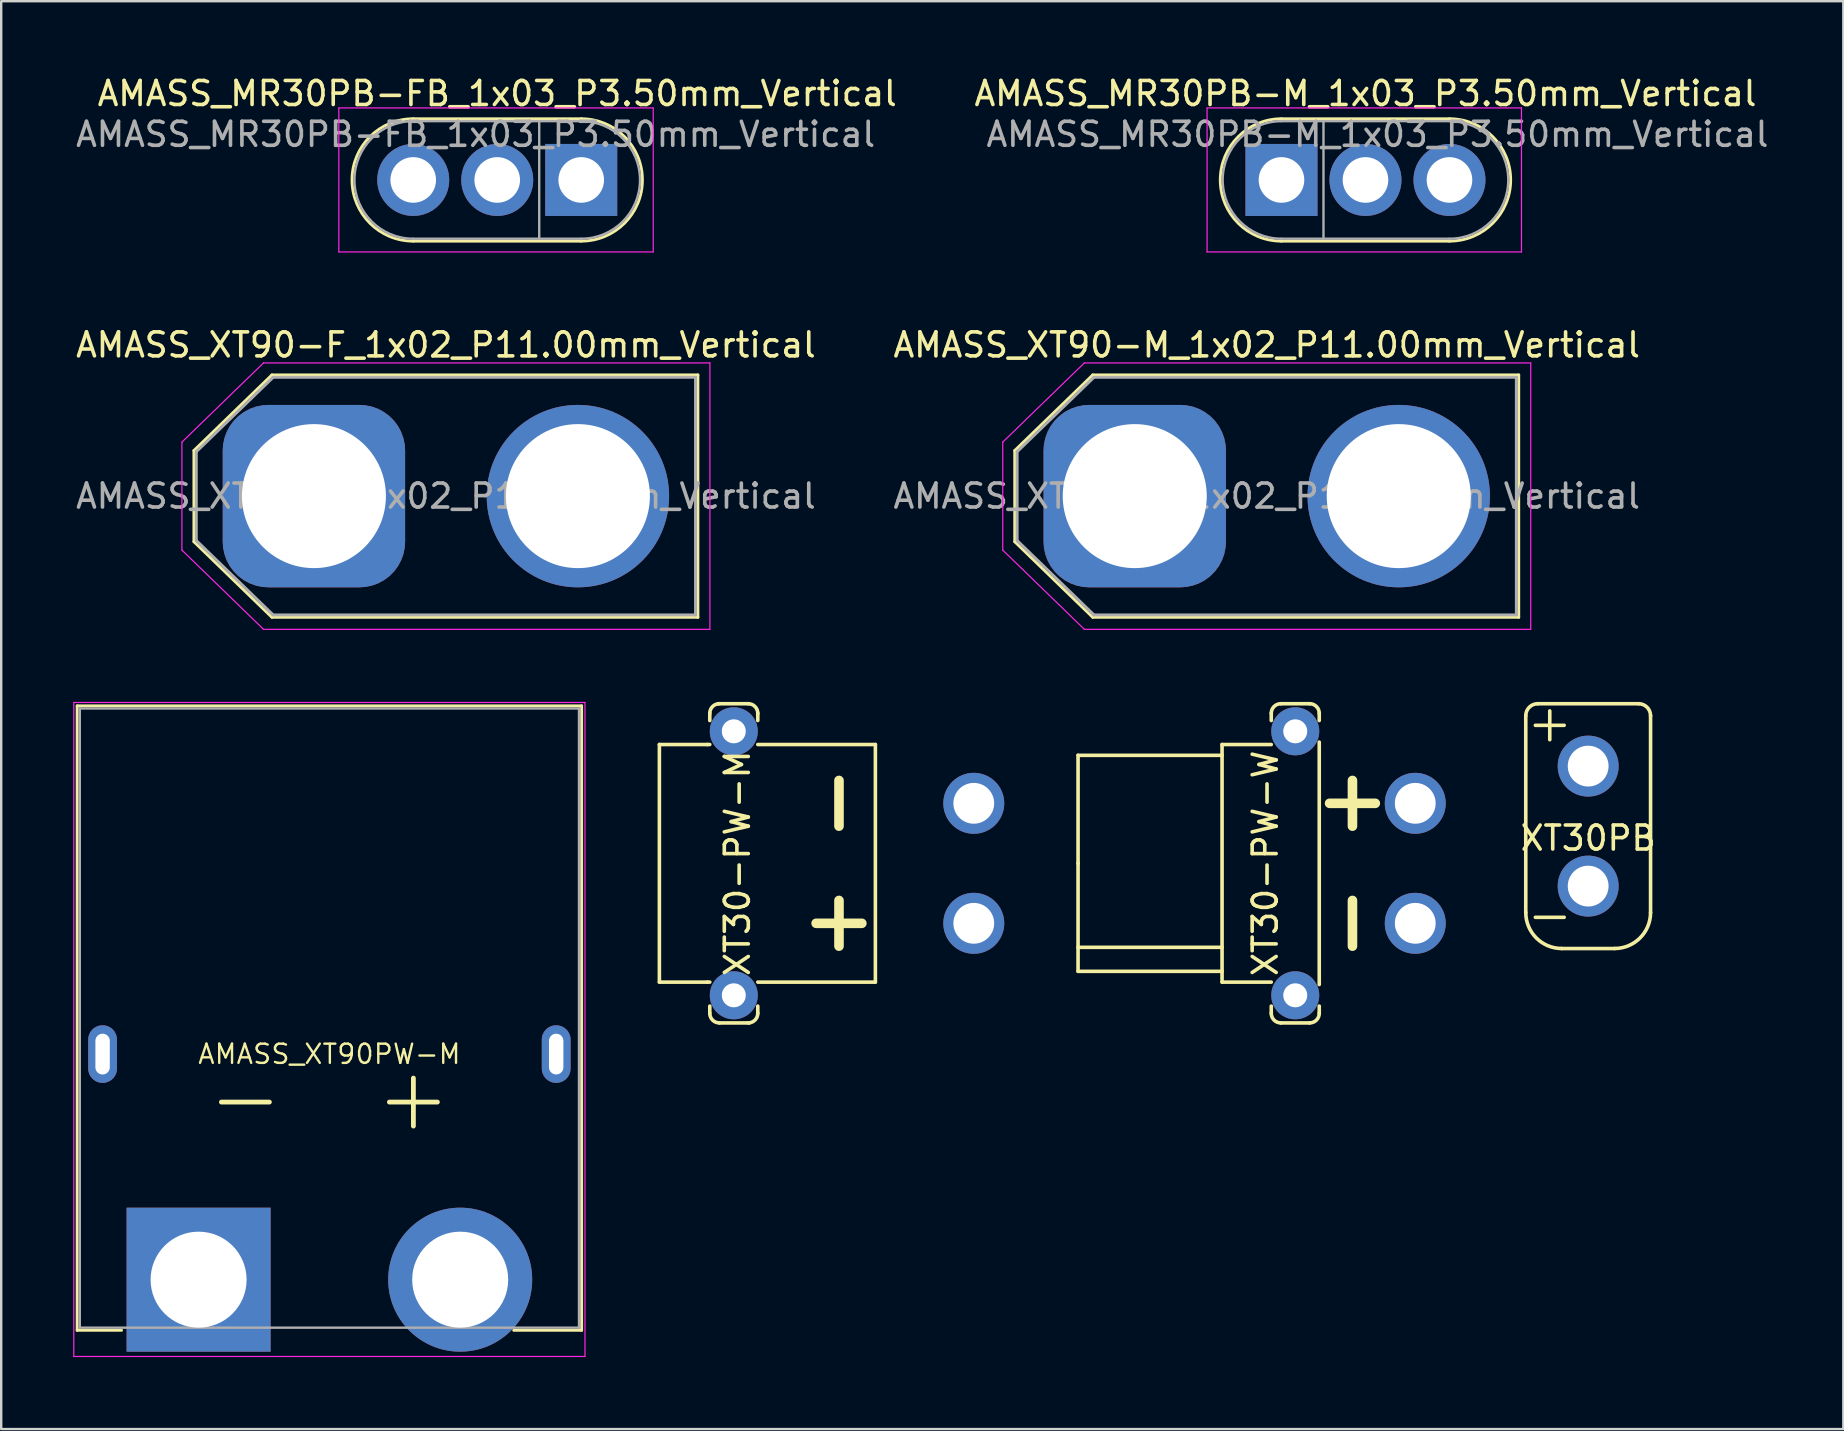
<source format=kicad_pcb>
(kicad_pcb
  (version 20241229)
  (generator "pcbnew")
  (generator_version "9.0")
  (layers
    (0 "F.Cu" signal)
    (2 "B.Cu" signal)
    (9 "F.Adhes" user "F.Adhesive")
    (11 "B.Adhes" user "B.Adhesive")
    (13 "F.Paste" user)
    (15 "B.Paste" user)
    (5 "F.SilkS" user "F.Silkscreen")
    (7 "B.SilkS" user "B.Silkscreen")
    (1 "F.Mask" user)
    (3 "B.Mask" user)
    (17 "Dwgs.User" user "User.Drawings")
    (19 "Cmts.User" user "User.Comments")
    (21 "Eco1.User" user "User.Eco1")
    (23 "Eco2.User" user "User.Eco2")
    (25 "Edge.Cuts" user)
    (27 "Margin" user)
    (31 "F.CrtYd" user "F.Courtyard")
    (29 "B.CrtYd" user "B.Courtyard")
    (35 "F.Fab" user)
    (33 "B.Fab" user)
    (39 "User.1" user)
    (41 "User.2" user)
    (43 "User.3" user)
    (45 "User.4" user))
  (footprint "AMASS_XT90-F_1x02_P11.00mm_Vertical"
    (layer "F.Cu")
    (at 10.03 17.622)
    (property "Reference" "AMASS_XT90-F_1x02_P11.00mm_Vertical" (at 5.5 -6.3 180) (layer "F.SilkS") (effects (font (size 1 1) (thickness 0.15))))
    (attr through_hole)
    (fp_line (start -5 -1.9) (end -5 1.9) (stroke (width 0.12) (type solid)) (layer "F.SilkS"))
    (fp_line (start -5 1.9) (end -1.75 5.05) (stroke (width 0.12) (type solid)) (layer "F.SilkS"))
    (fp_line (start -1.75 -5.05) (end -5 -1.9) (stroke (width 0.12) (type solid)) (layer "F.SilkS"))
    (fp_line (start -1.75 5.05) (end 16 5.05) (stroke (width 0.12) (type solid)) (layer "F.SilkS"))
    (fp_line (start 16 -5.05) (end -1.75 -5.05) (stroke (width 0.12) (type solid)) (layer "F.SilkS"))
    (fp_line (start 16 5.05) (end 16 -5.05) (stroke (width 0.12) (type solid)) (layer "F.SilkS"))
    (fp_line (start -5.5 -2.25) (end -2.1 -5.55) (stroke (width 0.05) (type solid)) (layer "F.CrtYd"))
    (fp_line (start -5.5 2.25) (end -5.5 -2.25) (stroke (width 0.05) (type solid)) (layer "F.CrtYd"))
    (fp_line (start -2.1 -5.55) (end 16.5 -5.55) (stroke (width 0.05) (type solid)) (layer "F.CrtYd"))
    (fp_line (start -2.1 5.55) (end -5.5 2.25) (stroke (width 0.05) (type solid)) (layer "F.CrtYd"))
    (fp_line (start 16.5 -5.55) (end 16.5 5.55) (stroke (width 0.05) (type solid)) (layer "F.CrtYd"))
    (fp_line (start 16.5 5.55) (end -2.1 5.55) (stroke (width 0.05) (type solid)) (layer "F.CrtYd"))
    (fp_line (start -4.9 -1.85) (end -4.9 1.85) (stroke (width 0.12) (type solid)) (layer "F.Fab"))
    (fp_line (start -4.9 1.85) (end -1.7 4.95) (stroke (width 0.12) (type solid)) (layer "F.Fab"))
    (fp_line (start -1.7 -4.95) (end -4.9 -1.85) (stroke (width 0.12) (type solid)) (layer "F.Fab"))
    (fp_line (start -1.7 4.95) (end 15.9 4.95) (stroke (width 0.12) (type solid)) (layer "F.Fab"))
    (fp_line (start 15.9 -4.95) (end -1.7 -4.95) (stroke (width 0.12) (type solid)) (layer "F.Fab"))
    (fp_line (start 15.9 4.95) (end 15.9 -4.95) (stroke (width 0.12) (type solid)) (layer "F.Fab"))
    (fp_text user "${REFERENCE}" (at 5.5 0 0) (layer "F.Fab") (effects (font (size 1 1) (thickness 0.15))))
    (pad "1" thru_hole roundrect (at 0 0) (size 7.6 7.6) (drill 6) (layers "*.Cu" "*.Mask") (roundrect_rratio 0.25))
    (pad "2" thru_hole circle (at 11 0) (size 7.6 7.6) (drill 6) (layers "*.Cu" "*.Mask")))
  (footprint "AMASS_MR30PB-FB_1x03_P3.50mm_Vertical"
    (layer "F.Cu")
    (at 21.168 4.448)
    (property "Reference" "AMASS_MR30PB-FB_1x03_P3.50mm_Vertical" (at -3.5 -3.6 0) (layer "F.SilkS") (effects (font (size 1 1) (thickness 0.15))))
    (attr through_hole)
    (fp_line (start -7 2.55) (end 0 2.55) (stroke (width 0.12) (type solid)) (layer "F.SilkS"))
    (fp_line (start 0 -2.55) (end -7 -2.55) (stroke (width 0.12) (type solid)) (layer "F.SilkS"))
    (fp_arc (start -7 2.55) (mid -9.55 0) (end -7 -2.55) (stroke (width 0.12) (type solid)) (layer "F.SilkS"))
    (fp_arc (start 0 -2.55) (mid 2.55 0) (end 0 2.55) (stroke (width 0.12) (type solid)) (layer "F.SilkS"))
    (fp_line (start -10.1 -3) (end -10.1 3) (stroke (width 0.05) (type solid)) (layer "F.CrtYd"))
    (fp_line (start -10.1 -3) (end 3 -3) (stroke (width 0.05) (type solid)) (layer "F.CrtYd"))
    (fp_line (start -10.1 3) (end 3 3) (stroke (width 0.05) (type solid)) (layer "F.CrtYd"))
    (fp_line (start 3 -3) (end 3 3) (stroke (width 0.05) (type solid)) (layer "F.CrtYd"))
    (fp_line (start -7 -2.45) (end 0 -2.45) (stroke (width 0.1) (type solid)) (layer "F.Fab"))
    (fp_line (start -7 2.45) (end 0 2.45) (stroke (width 0.1) (type solid)) (layer "F.Fab"))
    (fp_line (start -1.75 -2.45) (end -1.75 2.45) (stroke (width 0.1) (type solid)) (layer "F.Fab"))
    (fp_arc (start -7 2.45) (mid -9.45 0) (end -7 -2.45) (stroke (width 0.1) (type solid)) (layer "F.Fab"))
    (fp_arc (start 0 -2.45) (mid 2.45 0) (end 0 2.45) (stroke (width 0.1) (type solid)) (layer "F.Fab"))
    (fp_text user "${REFERENCE}" (at -4.4 -1.9 0) (layer "F.Fab") (effects (font (size 1 1) (thickness 0.15))))
    (pad "1" thru_hole rect (at 0 0) (size 3 3) (drill 1.9) (layers "*.Cu" "*.Mask"))
    (pad "2" thru_hole circle (at -3.5 0) (size 3 3) (drill 1.9) (layers "*.Cu" "*.Mask"))
    (pad "3" thru_hole circle (at -7 0) (size 3 3) (drill 1.9) (layers "*.Cu" "*.Mask")))
  (footprint "AMASS_MR30PB-M_1x03_P3.50mm_Vertical"
    (layer "F.Cu")
    (at 50.346 4.448)
    (property "Reference" "AMASS_MR30PB-M_1x03_P3.50mm_Vertical" (at 3.5 -3.6 0) (layer "F.SilkS") (effects (font (size 1 1) (thickness 0.15))))
    (attr through_hole)
    (fp_line (start 0 2.55) (end 7 2.55) (stroke (width 0.12) (type solid)) (layer "F.SilkS"))
    (fp_line (start 7 -2.55) (end 0 -2.55) (stroke (width 0.12) (type solid)) (layer "F.SilkS"))
    (fp_arc (start 0 2.55) (mid -2.55 0) (end 0 -2.55) (stroke (width 0.12) (type solid)) (layer "F.SilkS"))
    (fp_arc (start 7 -2.55) (mid 9.55 0) (end 7 2.55) (stroke (width 0.12) (type solid)) (layer "F.SilkS"))
    (fp_line (start -3.1 -3) (end -3.1 3) (stroke (width 0.05) (type solid)) (layer "F.CrtYd"))
    (fp_line (start -3.1 -3) (end 10 -3) (stroke (width 0.05) (type solid)) (layer "F.CrtYd"))
    (fp_line (start -3.1 3) (end 10 3) (stroke (width 0.05) (type solid)) (layer "F.CrtYd"))
    (fp_line (start 10 -3) (end 10 3) (stroke (width 0.05) (type solid)) (layer "F.CrtYd"))
    (fp_line (start 0 -2.45) (end 7 -2.45) (stroke (width 0.1) (type solid)) (layer "F.Fab"))
    (fp_line (start 0 2.45) (end 7 2.45) (stroke (width 0.1) (type solid)) (layer "F.Fab"))
    (fp_line (start 1.75 -2.45) (end 1.75 2.45) (stroke (width 0.1) (type solid)) (layer "F.Fab"))
    (fp_arc (start 0 2.45) (mid -2.45 0) (end 0 -2.45) (stroke (width 0.1) (type solid)) (layer "F.Fab"))
    (fp_arc (start 7 -2.45) (mid 9.45 0) (end 7 2.45) (stroke (width 0.1) (type solid)) (layer "F.Fab"))
    (fp_text user "${REFERENCE}" (at 4 -1.9 0) (layer "F.Fab") (effects (font (size 1 1) (thickness 0.15))))
    (pad "1" thru_hole rect (at 0 0) (size 3 3) (drill 1.9) (layers "*.Cu" "*.Mask"))
    (pad "2" thru_hole circle (at 3.5 0) (size 3 3) (drill 1.9) (layers "*.Cu" "*.Mask"))
    (pad "3" thru_hole circle (at 7 0) (size 3 3) (drill 1.9) (layers "*.Cu" "*.Mask")))
  (footprint "XT30-PW-M"
    (layer "F.Cu")
    (at 28.925 32.922)
    (property "Reference" "XT30-PW-M" (at -1.25 0 270) (layer "F.SilkS") (effects (font (size 1 1) (thickness 0.15))))
    (attr through_hole)
    (fp_line (start -4.5 -4.95) (end -4.5 4.95) (stroke (width 0.15) (type solid)) (layer "F.SilkS"))
    (fp_line (start -4.5 -4.95) (end -2.5 -4.95) (stroke (width 0.15) (type solid)) (layer "F.SilkS"))
    (fp_line (start -4.5 4.95) (end -2.5 4.95) (stroke (width 0.15) (type solid)) (layer "F.SilkS"))
    (fp_line (start -2.5 -4.95) (end -2.4 -4.95) (stroke (width 0.15) (type solid)) (layer "F.SilkS"))
    (fp_line (start -2.5 4.95) (end -2.4 4.95) (stroke (width 0.15) (type solid)) (layer "F.SilkS"))
    (fp_line (start -2.4 -6.25) (end -2.4 -5.95) (stroke (width 0.15) (type solid)) (layer "F.SilkS"))
    (fp_line (start -2.4 6.25) (end -2.4 5.95) (stroke (width 0.15) (type solid)) (layer "F.SilkS"))
    (fp_line (start -2.05 -6.65) (end -0.8 -6.65) (stroke (width 0.15) (type solid)) (layer "F.SilkS"))
    (fp_line (start -0.75 6.65) (end -2 6.65) (stroke (width 0.15) (type solid)) (layer "F.SilkS"))
    (fp_line (start -0.4 -6.25) (end -0.4 -5.95) (stroke (width 0.15) (type solid)) (layer "F.SilkS"))
    (fp_line (start -0.4 6.25) (end -0.4 5.95) (stroke (width 0.15) (type solid)) (layer "F.SilkS"))
    (fp_line (start 4.5 -4.95) (end -0.4 -4.95) (stroke (width 0.15) (type solid)) (layer "F.SilkS"))
    (fp_line (start 4.5 -4.95) (end 4.5 4.95) (stroke (width 0.15) (type solid)) (layer "F.SilkS"))
    (fp_line (start 4.5 4.95) (end -0.4 4.95) (stroke (width 0.15) (type solid)) (layer "F.SilkS"))
    (fp_arc (start -2.4 -6.25) (mid -2.282843 -6.532843) (end -2 -6.65) (stroke (width 0.15) (type solid)) (layer "F.SilkS"))
    (fp_arc (start -2 6.65) (mid -2.282843 6.532843) (end -2.4 6.25) (stroke (width 0.15) (type solid)) (layer "F.SilkS"))
    (fp_arc (start -0.8 -6.65) (mid -0.517157 -6.532843) (end -0.4 -6.25) (stroke (width 0.15) (type solid)) (layer "F.SilkS"))
    (fp_arc (start -0.4 6.25) (mid -0.517157 6.532843) (end -0.8 6.65) (stroke (width 0.15) (type solid)) (layer "F.SilkS"))
    (fp_text user "+" (at 2.8 2.5 90) (layer "F.SilkS") (effects (font (size 2.5 2.5) (thickness 0.4))))
    (fp_text user "-" (at 2.8 -2.5 90) (layer "F.SilkS") (effects (font (size 2.5 2.5) (thickness 0.4))))
    (pad "" thru_hole circle (at -1.4 -5.5) (size 2 2) (drill 1) (layers "*.Cu" "*.Mask"))
    (pad "" thru_hole circle (at -1.4 5.5) (size 2 2) (drill 1) (layers "*.Cu" "*.Mask"))
    (pad "1" thru_hole circle (at 8.6 -2.5) (size 2.54 2.54) (drill 1.7) (layers "*.Cu" "*.Mask"))
    (pad "2" thru_hole circle (at 8.6 2.5) (size 2.54 2.54) (drill 1.7) (layers "*.Cu" "*.Mask")))
  (footprint "XT30-PW-W"
    (layer "F.Cu")
    (at 50.92 32.922)
    (property "Reference" "XT30-PW-W" (at -1.25 0 270) (layer "F.SilkS") (effects (font (size 1 1) (thickness 0.15))))
    (attr through_hole)
    (fp_line (start -9.05 0) (end -9.05 -4.5) (stroke (width 0.15) (type solid)) (layer "F.SilkS"))
    (fp_line (start -9.05 0) (end -9.05 4.5) (stroke (width 0.15) (type solid)) (layer "F.SilkS"))
    (fp_line (start -9.05 3.5) (end -3.05 3.5) (stroke (width 0.15) (type solid)) (layer "F.SilkS"))
    (fp_line (start -3.05 -4.95) (end -3.05 4.95) (stroke (width 0.15) (type solid)) (layer "F.SilkS"))
    (fp_line (start -3.05 -4.95) (end -1 -4.95) (stroke (width 0.15) (type solid)) (layer "F.SilkS"))
    (fp_line (start -3.05 -4.5) (end -9.05 -4.5) (stroke (width 0.15) (type solid)) (layer "F.SilkS"))
    (fp_line (start -3.05 4.5) (end -9.05 4.5) (stroke (width 0.15) (type solid)) (layer "F.SilkS"))
    (fp_line (start -3.05 4.95) (end -1 4.95) (stroke (width 0.15) (type solid)) (layer "F.SilkS"))
    (fp_line (start -1 -6.25) (end -1 -5.95) (stroke (width 0.15) (type solid)) (layer "F.SilkS"))
    (fp_line (start -1 6.25) (end -1 5.95) (stroke (width 0.15) (type solid)) (layer "F.SilkS"))
    (fp_line (start -0.6 -6.65) (end 0.6 -6.65) (stroke (width 0.15) (type solid)) (layer "F.SilkS"))
    (fp_line (start 0.6 6.65) (end -0.6 6.65) (stroke (width 0.15) (type solid)) (layer "F.SilkS"))
    (fp_line (start 1 -6.25) (end 1 -5.95) (stroke (width 0.15) (type solid)) (layer "F.SilkS"))
    (fp_line (start 1 5.05) (end 1 -5.05) (stroke (width 0.15) (type solid)) (layer "F.SilkS"))
    (fp_line (start 1 6.25) (end 1 5.95) (stroke (width 0.15) (type solid)) (layer "F.SilkS"))
    (fp_arc (start -1 -6.25) (mid -0.882843 -6.532843) (end -0.6 -6.65) (stroke (width 0.15) (type solid)) (layer "F.SilkS"))
    (fp_arc (start -0.6 6.65) (mid -0.882843 6.532843) (end -1 6.25) (stroke (width 0.15) (type solid)) (layer "F.SilkS"))
    (fp_arc (start 0.6 -6.65) (mid 0.882843 -6.532843) (end 1 -6.25) (stroke (width 0.15) (type solid)) (layer "F.SilkS"))
    (fp_arc (start 1 6.25) (mid 0.882843 6.532843) (end 0.6 6.65) (stroke (width 0.15) (type solid)) (layer "F.SilkS"))
    (fp_text user "-" (at 2.2 2.5 90) (layer "F.SilkS") (effects (font (size 2.5 2.5) (thickness 0.4))))
    (fp_text user "+" (at 2.2 -2.5 90) (layer "F.SilkS") (effects (font (size 2.5 2.5) (thickness 0.4))))
    (pad "" thru_hole circle (at 0 -5.5) (size 2 2) (drill 1) (layers "*.Cu" "*.Mask"))
    (pad "" thru_hole circle (at 0 5.5) (size 2 2) (drill 1) (layers "*.Cu" "*.Mask"))
    (pad "1" thru_hole circle (at 5 -2.5) (size 2.54 2.54) (drill 1.7) (layers "*.Cu" "*.Mask"))
    (pad "2" thru_hole circle (at 5 2.5) (size 2.54 2.54) (drill 1.7) (layers "*.Cu" "*.Mask")))
  (footprint "AMASS_XT90-M_1x02_P11.00mm_Vertical"
    (layer "F.Cu")
    (at 44.232 17.622)
    (property "Reference" "AMASS_XT90-M_1x02_P11.00mm_Vertical" (at 5.5 -6.3 180) (layer "F.SilkS") (effects (font (size 1 1) (thickness 0.15))))
    (attr through_hole)
    (fp_line (start -5 -1.9) (end -5 1.9) (stroke (width 0.12) (type solid)) (layer "F.SilkS"))
    (fp_line (start -5 1.9) (end -1.75 5.05) (stroke (width 0.12) (type solid)) (layer "F.SilkS"))
    (fp_line (start -1.75 -5.05) (end -5 -1.9) (stroke (width 0.12) (type solid)) (layer "F.SilkS"))
    (fp_line (start -1.75 5.05) (end 16 5.05) (stroke (width 0.12) (type solid)) (layer "F.SilkS"))
    (fp_line (start 16 -5.05) (end -1.75 -5.05) (stroke (width 0.12) (type solid)) (layer "F.SilkS"))
    (fp_line (start 16 5.05) (end 16 -5.05) (stroke (width 0.12) (type solid)) (layer "F.SilkS"))
    (fp_line (start -5.5 -2.25) (end -2.1 -5.55) (stroke (width 0.05) (type solid)) (layer "F.CrtYd"))
    (fp_line (start -5.5 2.25) (end -5.5 -2.25) (stroke (width 0.05) (type solid)) (layer "F.CrtYd"))
    (fp_line (start -2.1 -5.55) (end 16.5 -5.55) (stroke (width 0.05) (type solid)) (layer "F.CrtYd"))
    (fp_line (start -2.1 5.55) (end -5.5 2.25) (stroke (width 0.05) (type solid)) (layer "F.CrtYd"))
    (fp_line (start 16.5 -5.55) (end 16.5 5.55) (stroke (width 0.05) (type solid)) (layer "F.CrtYd"))
    (fp_line (start 16.5 5.55) (end -2.1 5.55) (stroke (width 0.05) (type solid)) (layer "F.CrtYd"))
    (fp_line (start -4.9 -1.85) (end -4.9 1.85) (stroke (width 0.12) (type solid)) (layer "F.Fab"))
    (fp_line (start -4.9 1.85) (end -1.7 4.95) (stroke (width 0.12) (type solid)) (layer "F.Fab"))
    (fp_line (start -1.7 -4.95) (end -4.9 -1.85) (stroke (width 0.12) (type solid)) (layer "F.Fab"))
    (fp_line (start -1.7 4.95) (end 15.9 4.95) (stroke (width 0.12) (type solid)) (layer "F.Fab"))
    (fp_line (start 15.9 -4.95) (end -1.7 -4.95) (stroke (width 0.12) (type solid)) (layer "F.Fab"))
    (fp_line (start 15.9 4.95) (end 15.9 -4.95) (stroke (width 0.12) (type solid)) (layer "F.Fab"))
    (fp_text user "${REFERENCE}" (at 5.5 0 0) (layer "F.Fab") (effects (font (size 1 1) (thickness 0.15))))
    (pad "1" thru_hole roundrect (at 0 0) (size 7.6 7.6) (drill 6) (layers "*.Cu" "*.Mask") (roundrect_rratio 0.25))
    (pad "2" thru_hole circle (at 11 0) (size 7.6 7.6) (drill 6) (layers "*.Cu" "*.Mask")))
  (footprint "AMASS_XT90PW-M"
    (layer "F.Cu")
    (at 10.675 40.871)
    (property "Reference" "AMASS_XT90PW-M" (at 0 0 0) (layer "F.SilkS") (effects (font (size 0.8 0.8) (thickness 0.1))))
    (attr through_hole)
    (fp_line (start -10.51 11.51) (end -10.51 -14.51) (stroke (width 0.12) (type solid)) (layer "F.SilkS"))
    (fp_line (start -10.51 11.51) (end -8.66 11.51) (stroke (width 0.12) (type solid)) (layer "F.SilkS"))
    (fp_line (start -4.5 2) (end -2.5 2) (stroke (width 0.2) (type solid)) (layer "F.SilkS"))
    (fp_line (start 2.5 2) (end 4.5 2) (stroke (width 0.2) (type solid)) (layer "F.SilkS"))
    (fp_line (start 3.5 1) (end 3.5 3) (stroke (width 0.2) (type solid)) (layer "F.SilkS"))
    (fp_line (start 7.68 11.51) (end 10.51 11.51) (stroke (width 0.12) (type solid)) (layer "F.SilkS"))
    (fp_line (start 10.51 -14.51) (end -10.51 -14.51) (stroke (width 0.12) (type solid)) (layer "F.SilkS"))
    (fp_line (start 10.51 -14.51) (end 10.51 11.51) (stroke (width 0.12) (type solid)) (layer "F.SilkS"))
    (fp_line (start -10.65 -14.65) (end 10.65 -14.65) (stroke (width 0.05) (type solid)) (layer "F.CrtYd"))
    (fp_line (start -10.65 12.6) (end -10.65 -14.65) (stroke (width 0.05) (type solid)) (layer "F.CrtYd"))
    (fp_line (start -10.65 12.6) (end 10.65 12.6) (stroke (width 0.05) (type solid)) (layer "F.CrtYd"))
    (fp_line (start 10.65 -14.65) (end 10.65 12.6) (stroke (width 0.05) (type solid)) (layer "F.CrtYd"))
    (fp_line (start -10.4 -14.4) (end -10.4 11.4) (stroke (width 0.1) (type solid)) (layer "F.Fab"))
    (fp_line (start 10.4 -14.4) (end -10.4 -14.4) (stroke (width 0.1) (type solid)) (layer "F.Fab"))
    (fp_line (start 10.4 -14.4) (end 10.4 11.4) (stroke (width 0.1) (type solid)) (layer "F.Fab"))
    (fp_line (start 10.4 11.4) (end -10.4 11.4) (stroke (width 0.1) (type solid)) (layer "F.Fab"))
    (pad "1" thru_hole rect (at -5.45 9.4) (size 6 6) (drill 4) (layers "*.Cu" "*.Mask"))
    (pad "2" thru_hole circle (at 5.45 9.4) (size 6 6) (drill 4) (layers "*.Cu" "*.Mask"))
    (pad "MP" thru_hole oval (at -9.45 0) (size 1.2 2.4) (drill oval 0.6 1.7) (layers "*.Cu" "*.Mask"))
    (pad "MP" thru_hole oval (at 9.45 0) (size 1.2 2.4) (drill oval 0.6 1.7) (layers "*.Cu" "*.Mask")))
  (footprint "XT30PB"
    (layer "F.Cu")
    (at 63.125 31.372)
    (property "Reference" "XT30PB" (at 0 0.5 0) (layer "F.SilkS") (effects (font (size 1 1) (thickness 0.15))))
    (attr through_hole)
    (fp_line (start -2.6 3.6) (end -2.6 -4.6) (stroke (width 0.15) (type solid)) (layer "F.SilkS"))
    (fp_line (start -2.2 -4.2) (end -1 -4.2) (stroke (width 0.15) (type solid)) (layer "F.SilkS"))
    (fp_line (start -2.1 -5.1) (end 2.1 -5.1) (stroke (width 0.15) (type solid)) (layer "F.SilkS"))
    (fp_line (start -1.6 -4.8) (end -1.6 -3.6) (stroke (width 0.15) (type solid)) (layer "F.SilkS"))
    (fp_line (start -1 3.8) (end -2.2 3.8) (stroke (width 0.15) (type solid)) (layer "F.SilkS"))
    (fp_line (start 1.1 5.1) (end -1.1 5.1) (stroke (width 0.15) (type solid)) (layer "F.SilkS"))
    (fp_line (start 2.6 -4.6) (end 2.6 3.6) (stroke (width 0.15) (type solid)) (layer "F.SilkS"))
    (fp_arc (start -2.6 -4.6) (mid -2.453553 -4.953553) (end -2.1 -5.1) (stroke (width 0.15) (type solid)) (layer "F.SilkS"))
    (fp_arc (start -1.1 5.1) (mid -2.16066 4.66066) (end -2.6 3.6) (stroke (width 0.15) (type solid)) (layer "F.SilkS"))
    (fp_arc (start 2.1 -5.1) (mid 2.453553 -4.953553) (end 2.6 -4.6) (stroke (width 0.15) (type solid)) (layer "F.SilkS"))
    (fp_arc (start 2.6 3.6) (mid 2.16066 4.66066) (end 1.1 5.1) (stroke (width 0.15) (type solid)) (layer "F.SilkS"))
    (pad "1" thru_hole circle (at 0 -2.5) (size 2.54 2.54) (drill 1.7) (layers "*.Cu" "*.Mask"))
    (pad "2" thru_hole circle (at 0 2.5) (size 2.54 2.54) (drill 1.7) (layers "*.Cu" "*.Mask")))
  (gr_rect
    (start -3 -3)
    (end 73.757 56.496)
    (stroke (width 0.1) (type default))
    (fill no)
    (layer "Edge.Cuts")))
</source>
